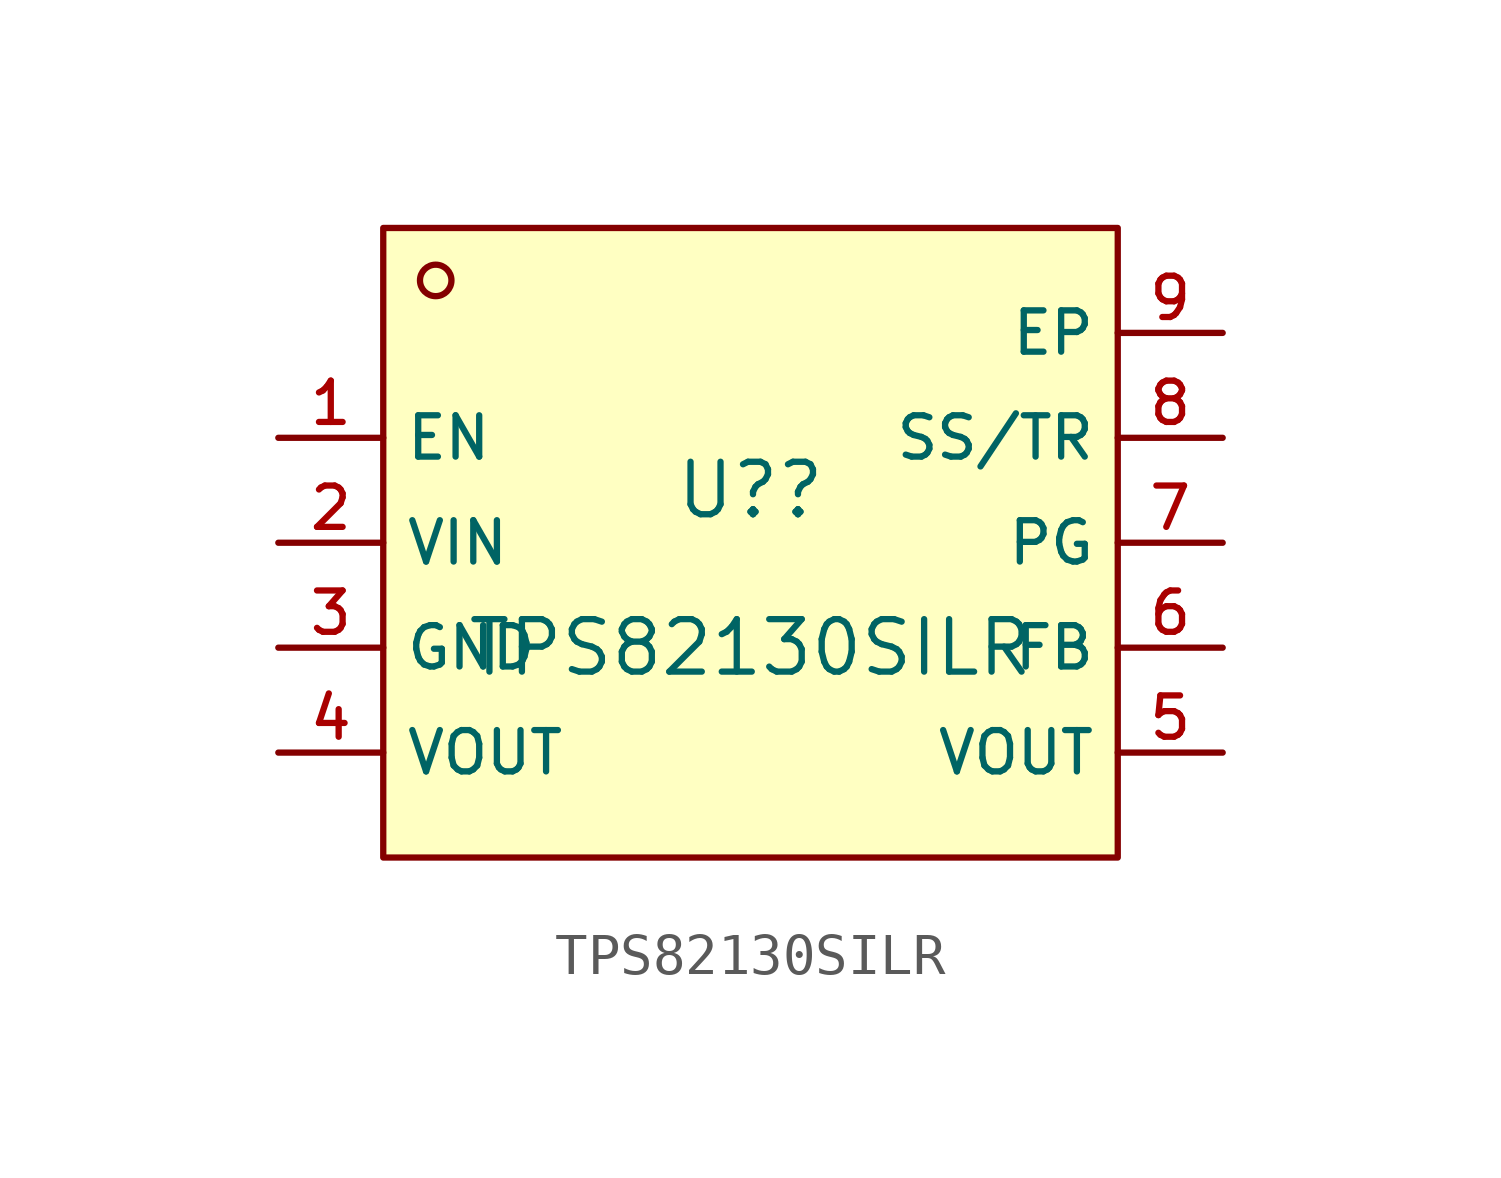
<source format=kicad_sym>
(kicad_symbol_lib
  (version 20241209)
  (generator "kicad_symbol_editor")
  (generator_version "9.0")
  (symbol "TPS82130SILR"
    (property "Reference" "U?"
      (at 0 1.27 0)
      (effects (font (size 1.27 1.27))))
    (property "Value" "TPS82130SILR"
      (at 0 -2.54 0)
      (effects (font (size 1.27 1.27))))
    (symbol "TPS82130SILR_0_1"
      (rectangle (start -8.89 7.62) (end 8.89 -7.62) (stroke (width 0) (type default)) (fill (type background)))
      (circle (center -7.62 6.35) (radius 0.381) (stroke (width 0) (type default)) (fill (type background)))
      (pin unspecified line (at -11.43 2.54 0) (length 2.54) (name "EN" (effects (font (size 1 1)))) (number "1" (effects (font (size 1 1)))))
      (pin unspecified line (at -11.43 0 0) (length 2.54) (name "VIN" (effects (font (size 1 1)))) (number "2" (effects (font (size 1 1)))))
      (pin unspecified line (at -11.43 -2.54 0) (length 2.54) (name "GND" (effects (font (size 1 1)))) (number "3" (effects (font (size 1 1)))))
      (pin unspecified line (at -11.43 -5.08 0) (length 2.54) (name "VOUT" (effects (font (size 1 1)))) (number "4" (effects (font (size 1 1)))))
      (pin unspecified line (at 11.43 5.08 180) (length 2.54) (name "EP" (effects (font (size 1 1)))) (number "9" (effects (font (size 1 1)))))
      (pin unspecified line (at 11.43 2.54 180) (length 2.54) (name "SS/TR" (effects (font (size 1 1)))) (number "8" (effects (font (size 1 1)))))
      (pin unspecified line (at 11.43 0 180) (length 2.54) (name "PG" (effects (font (size 1 1)))) (number "7" (effects (font (size 1 1)))))
      (pin unspecified line (at 11.43 -2.54 180) (length 2.54) (name "FB" (effects (font (size 1 1)))) (number "6" (effects (font (size 1 1)))))
      (pin unspecified line (at 11.43 -5.08 180) (length 2.54) (name "VOUT" (effects (font (size 1 1)))) (number "5" (effects (font (size 1 1))))))))
</source>
